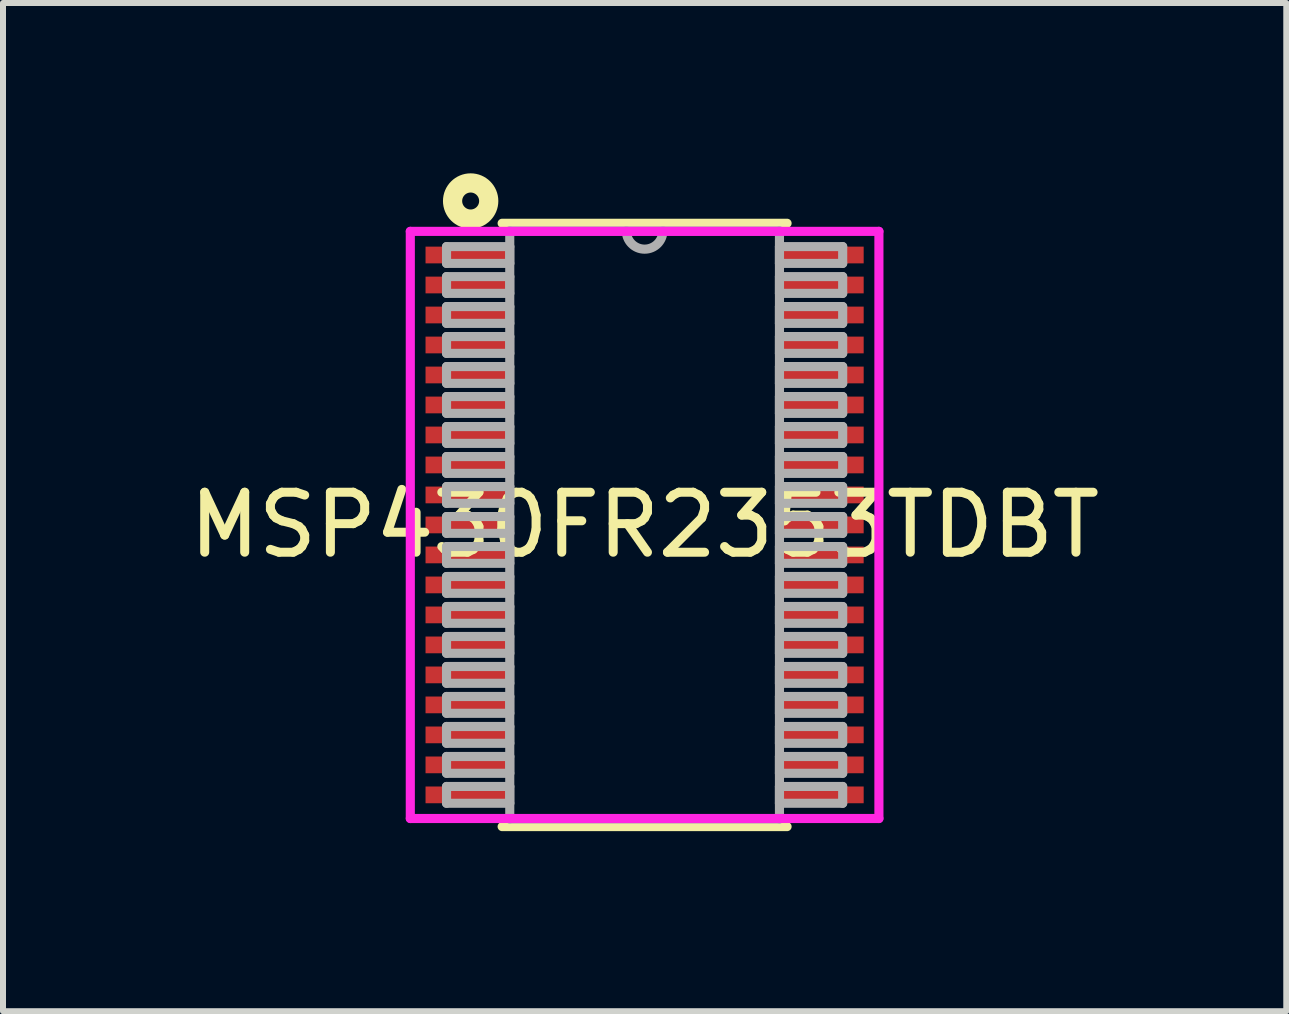
<source format=kicad_pcb>
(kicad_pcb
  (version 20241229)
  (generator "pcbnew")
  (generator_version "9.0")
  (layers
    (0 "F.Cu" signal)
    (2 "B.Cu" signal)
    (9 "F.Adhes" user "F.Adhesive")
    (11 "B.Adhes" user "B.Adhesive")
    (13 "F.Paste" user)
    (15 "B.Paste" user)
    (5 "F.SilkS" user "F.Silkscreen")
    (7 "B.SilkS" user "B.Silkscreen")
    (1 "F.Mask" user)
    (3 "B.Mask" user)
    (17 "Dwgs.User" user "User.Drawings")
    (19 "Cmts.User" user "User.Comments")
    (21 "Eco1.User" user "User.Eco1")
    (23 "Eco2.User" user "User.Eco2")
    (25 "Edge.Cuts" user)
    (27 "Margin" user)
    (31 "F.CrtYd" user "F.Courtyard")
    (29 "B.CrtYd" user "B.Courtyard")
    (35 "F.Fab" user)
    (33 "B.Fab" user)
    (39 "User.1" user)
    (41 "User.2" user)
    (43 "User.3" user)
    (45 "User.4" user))
  (footprint "MSP430FR2353TDBT"
    (layer "F.Cu")
    (at 7.696 5.701)
    (property "Reference" "MSP430FR2353TDBT" (at 0 0 0) (layer "F.SilkS") (effects (font (size 1 1) (thickness 0.15))))
    (attr through_hole)
    (fp_line (start -2.375 5.029) (end 2.375 5.029) (stroke (width 0.152) (type solid)) (layer "F.SilkS"))
    (fp_line (start 2.375 -5.029) (end -2.375 -5.029) (stroke (width 0.152) (type solid)) (layer "F.SilkS"))
    (fp_circle (center -2.9 -5.4) (end -2.8 -5.3) (stroke (width 0.32) (type solid)) (fill no) (layer "F.SilkS"))
    (fp_line (start -3.906 -4.894) (end 3.906 -4.894) (stroke (width 0.152) (type solid)) (layer "F.CrtYd"))
    (fp_line (start -3.906 4.894) (end -3.906 -4.894) (stroke (width 0.152) (type solid)) (layer "F.CrtYd"))
    (fp_line (start 3.906 -4.894) (end 3.906 4.894) (stroke (width 0.152) (type solid)) (layer "F.CrtYd"))
    (fp_line (start 3.906 4.894) (end -3.906 4.894) (stroke (width 0.152) (type solid)) (layer "F.CrtYd"))
    (fp_line (start -3.302 -4.64) (end -3.302 -4.36) (stroke (width 0.152) (type solid)) (layer "F.Fab"))
    (fp_line (start -3.302 -4.36) (end -2.248 -4.36) (stroke (width 0.152) (type solid)) (layer "F.Fab"))
    (fp_line (start -3.302 -4.14) (end -3.302 -3.86) (stroke (width 0.152) (type solid)) (layer "F.Fab"))
    (fp_line (start -3.302 -3.86) (end -2.248 -3.86) (stroke (width 0.152) (type solid)) (layer "F.Fab"))
    (fp_line (start -3.302 -3.64) (end -3.302 -3.36) (stroke (width 0.152) (type solid)) (layer "F.Fab"))
    (fp_line (start -3.302 -3.36) (end -2.248 -3.36) (stroke (width 0.152) (type solid)) (layer "F.Fab"))
    (fp_line (start -3.302 -3.14) (end -3.302 -2.86) (stroke (width 0.152) (type solid)) (layer "F.Fab"))
    (fp_line (start -3.302 -2.86) (end -2.248 -2.86) (stroke (width 0.152) (type solid)) (layer "F.Fab"))
    (fp_line (start -3.302 -2.64) (end -3.302 -2.36) (stroke (width 0.152) (type solid)) (layer "F.Fab"))
    (fp_line (start -3.302 -2.36) (end -2.248 -2.36) (stroke (width 0.152) (type solid)) (layer "F.Fab"))
    (fp_line (start -3.302 -2.14) (end -3.302 -1.86) (stroke (width 0.152) (type solid)) (layer "F.Fab"))
    (fp_line (start -3.302 -1.86) (end -2.248 -1.86) (stroke (width 0.152) (type solid)) (layer "F.Fab"))
    (fp_line (start -3.302 -1.64) (end -3.302 -1.36) (stroke (width 0.152) (type solid)) (layer "F.Fab"))
    (fp_line (start -3.302 -1.36) (end -2.248 -1.36) (stroke (width 0.152) (type solid)) (layer "F.Fab"))
    (fp_line (start -3.302 -1.14) (end -3.302 -0.86) (stroke (width 0.152) (type solid)) (layer "F.Fab"))
    (fp_line (start -3.302 -0.86) (end -2.248 -0.86) (stroke (width 0.152) (type solid)) (layer "F.Fab"))
    (fp_line (start -3.302 -0.64) (end -3.302 -0.36) (stroke (width 0.152) (type solid)) (layer "F.Fab"))
    (fp_line (start -3.302 -0.36) (end -2.248 -0.36) (stroke (width 0.152) (type solid)) (layer "F.Fab"))
    (fp_line (start -3.302 -0.14) (end -3.302 0.14) (stroke (width 0.152) (type solid)) (layer "F.Fab"))
    (fp_line (start -3.302 0.14) (end -2.248 0.14) (stroke (width 0.152) (type solid)) (layer "F.Fab"))
    (fp_line (start -3.302 0.36) (end -3.302 0.64) (stroke (width 0.152) (type solid)) (layer "F.Fab"))
    (fp_line (start -3.302 0.64) (end -2.248 0.64) (stroke (width 0.152) (type solid)) (layer "F.Fab"))
    (fp_line (start -3.302 0.86) (end -3.302 1.14) (stroke (width 0.152) (type solid)) (layer "F.Fab"))
    (fp_line (start -3.302 1.14) (end -2.248 1.14) (stroke (width 0.152) (type solid)) (layer "F.Fab"))
    (fp_line (start -3.302 1.36) (end -3.302 1.64) (stroke (width 0.152) (type solid)) (layer "F.Fab"))
    (fp_line (start -3.302 1.64) (end -2.248 1.64) (stroke (width 0.152) (type solid)) (layer "F.Fab"))
    (fp_line (start -3.302 1.86) (end -3.302 2.14) (stroke (width 0.152) (type solid)) (layer "F.Fab"))
    (fp_line (start -3.302 2.14) (end -2.248 2.14) (stroke (width 0.152) (type solid)) (layer "F.Fab"))
    (fp_line (start -3.302 2.36) (end -3.302 2.64) (stroke (width 0.152) (type solid)) (layer "F.Fab"))
    (fp_line (start -3.302 2.64) (end -2.248 2.64) (stroke (width 0.152) (type solid)) (layer "F.Fab"))
    (fp_line (start -3.302 2.86) (end -3.302 3.14) (stroke (width 0.152) (type solid)) (layer "F.Fab"))
    (fp_line (start -3.302 3.14) (end -2.248 3.14) (stroke (width 0.152) (type solid)) (layer "F.Fab"))
    (fp_line (start -3.302 3.36) (end -3.302 3.64) (stroke (width 0.152) (type solid)) (layer "F.Fab"))
    (fp_line (start -3.302 3.64) (end -2.248 3.64) (stroke (width 0.152) (type solid)) (layer "F.Fab"))
    (fp_line (start -3.302 3.86) (end -3.302 4.14) (stroke (width 0.152) (type solid)) (layer "F.Fab"))
    (fp_line (start -3.302 4.14) (end -2.248 4.14) (stroke (width 0.152) (type solid)) (layer "F.Fab"))
    (fp_line (start -3.302 4.36) (end -3.302 4.64) (stroke (width 0.152) (type solid)) (layer "F.Fab"))
    (fp_line (start -3.302 4.64) (end -2.248 4.64) (stroke (width 0.152) (type solid)) (layer "F.Fab"))
    (fp_line (start -2.248 -4.902) (end -2.248 4.902) (stroke (width 0.152) (type solid)) (layer "F.Fab"))
    (fp_line (start -2.248 -4.64) (end -3.302 -4.64) (stroke (width 0.152) (type solid)) (layer "F.Fab"))
    (fp_line (start -2.248 -4.36) (end -2.248 -4.64) (stroke (width 0.152) (type solid)) (layer "F.Fab"))
    (fp_line (start -2.248 -4.14) (end -3.302 -4.14) (stroke (width 0.152) (type solid)) (layer "F.Fab"))
    (fp_line (start -2.248 -3.86) (end -2.248 -4.14) (stroke (width 0.152) (type solid)) (layer "F.Fab"))
    (fp_line (start -2.248 -3.64) (end -3.302 -3.64) (stroke (width 0.152) (type solid)) (layer "F.Fab"))
    (fp_line (start -2.248 -3.36) (end -2.248 -3.64) (stroke (width 0.152) (type solid)) (layer "F.Fab"))
    (fp_line (start -2.248 -3.14) (end -3.302 -3.14) (stroke (width 0.152) (type solid)) (layer "F.Fab"))
    (fp_line (start -2.248 -2.86) (end -2.248 -3.14) (stroke (width 0.152) (type solid)) (layer "F.Fab"))
    (fp_line (start -2.248 -2.64) (end -3.302 -2.64) (stroke (width 0.152) (type solid)) (layer "F.Fab"))
    (fp_line (start -2.248 -2.36) (end -2.248 -2.64) (stroke (width 0.152) (type solid)) (layer "F.Fab"))
    (fp_line (start -2.248 -2.14) (end -3.302 -2.14) (stroke (width 0.152) (type solid)) (layer "F.Fab"))
    (fp_line (start -2.248 -1.86) (end -2.248 -2.14) (stroke (width 0.152) (type solid)) (layer "F.Fab"))
    (fp_line (start -2.248 -1.64) (end -3.302 -1.64) (stroke (width 0.152) (type solid)) (layer "F.Fab"))
    (fp_line (start -2.248 -1.36) (end -2.248 -1.64) (stroke (width 0.152) (type solid)) (layer "F.Fab"))
    (fp_line (start -2.248 -1.14) (end -3.302 -1.14) (stroke (width 0.152) (type solid)) (layer "F.Fab"))
    (fp_line (start -2.248 -0.86) (end -2.248 -1.14) (stroke (width 0.152) (type solid)) (layer "F.Fab"))
    (fp_line (start -2.248 -0.64) (end -3.302 -0.64) (stroke (width 0.152) (type solid)) (layer "F.Fab"))
    (fp_line (start -2.248 -0.36) (end -2.248 -0.64) (stroke (width 0.152) (type solid)) (layer "F.Fab"))
    (fp_line (start -2.248 -0.14) (end -3.302 -0.14) (stroke (width 0.152) (type solid)) (layer "F.Fab"))
    (fp_line (start -2.248 0.14) (end -2.248 -0.14) (stroke (width 0.152) (type solid)) (layer "F.Fab"))
    (fp_line (start -2.248 0.36) (end -3.302 0.36) (stroke (width 0.152) (type solid)) (layer "F.Fab"))
    (fp_line (start -2.248 0.64) (end -2.248 0.36) (stroke (width 0.152) (type solid)) (layer "F.Fab"))
    (fp_line (start -2.248 0.86) (end -3.302 0.86) (stroke (width 0.152) (type solid)) (layer "F.Fab"))
    (fp_line (start -2.248 1.14) (end -2.248 0.86) (stroke (width 0.152) (type solid)) (layer "F.Fab"))
    (fp_line (start -2.248 1.36) (end -3.302 1.36) (stroke (width 0.152) (type solid)) (layer "F.Fab"))
    (fp_line (start -2.248 1.64) (end -2.248 1.36) (stroke (width 0.152) (type solid)) (layer "F.Fab"))
    (fp_line (start -2.248 1.86) (end -3.302 1.86) (stroke (width 0.152) (type solid)) (layer "F.Fab"))
    (fp_line (start -2.248 2.14) (end -2.248 1.86) (stroke (width 0.152) (type solid)) (layer "F.Fab"))
    (fp_line (start -2.248 2.36) (end -3.302 2.36) (stroke (width 0.152) (type solid)) (layer "F.Fab"))
    (fp_line (start -2.248 2.64) (end -2.248 2.36) (stroke (width 0.152) (type solid)) (layer "F.Fab"))
    (fp_line (start -2.248 2.86) (end -3.302 2.86) (stroke (width 0.152) (type solid)) (layer "F.Fab"))
    (fp_line (start -2.248 3.14) (end -2.248 2.86) (stroke (width 0.152) (type solid)) (layer "F.Fab"))
    (fp_line (start -2.248 3.36) (end -3.302 3.36) (stroke (width 0.152) (type solid)) (layer "F.Fab"))
    (fp_line (start -2.248 3.64) (end -2.248 3.36) (stroke (width 0.152) (type solid)) (layer "F.Fab"))
    (fp_line (start -2.248 3.86) (end -3.302 3.86) (stroke (width 0.152) (type solid)) (layer "F.Fab"))
    (fp_line (start -2.248 4.14) (end -2.248 3.86) (stroke (width 0.152) (type solid)) (layer "F.Fab"))
    (fp_line (start -2.248 4.36) (end -3.302 4.36) (stroke (width 0.152) (type solid)) (layer "F.Fab"))
    (fp_line (start -2.248 4.64) (end -2.248 4.36) (stroke (width 0.152) (type solid)) (layer "F.Fab"))
    (fp_line (start -2.248 4.902) (end 2.248 4.902) (stroke (width 0.152) (type solid)) (layer "F.Fab"))
    (fp_line (start 2.248 -4.902) (end -2.248 -4.902) (stroke (width 0.152) (type solid)) (layer "F.Fab"))
    (fp_line (start 2.248 -4.64) (end 2.248 -4.36) (stroke (width 0.152) (type solid)) (layer "F.Fab"))
    (fp_line (start 2.248 -4.36) (end 3.302 -4.36) (stroke (width 0.152) (type solid)) (layer "F.Fab"))
    (fp_line (start 2.248 -4.14) (end 2.248 -3.86) (stroke (width 0.152) (type solid)) (layer "F.Fab"))
    (fp_line (start 2.248 -3.86) (end 3.302 -3.86) (stroke (width 0.152) (type solid)) (layer "F.Fab"))
    (fp_line (start 2.248 -3.64) (end 2.248 -3.36) (stroke (width 0.152) (type solid)) (layer "F.Fab"))
    (fp_line (start 2.248 -3.36) (end 3.302 -3.36) (stroke (width 0.152) (type solid)) (layer "F.Fab"))
    (fp_line (start 2.248 -3.14) (end 2.248 -2.86) (stroke (width 0.152) (type solid)) (layer "F.Fab"))
    (fp_line (start 2.248 -2.86) (end 3.302 -2.86) (stroke (width 0.152) (type solid)) (layer "F.Fab"))
    (fp_line (start 2.248 -2.64) (end 2.248 -2.36) (stroke (width 0.152) (type solid)) (layer "F.Fab"))
    (fp_line (start 2.248 -2.36) (end 3.302 -2.36) (stroke (width 0.152) (type solid)) (layer "F.Fab"))
    (fp_line (start 2.248 -2.14) (end 2.248 -1.86) (stroke (width 0.152) (type solid)) (layer "F.Fab"))
    (fp_line (start 2.248 -1.86) (end 3.302 -1.86) (stroke (width 0.152) (type solid)) (layer "F.Fab"))
    (fp_line (start 2.248 -1.64) (end 2.248 -1.36) (stroke (width 0.152) (type solid)) (layer "F.Fab"))
    (fp_line (start 2.248 -1.36) (end 3.302 -1.36) (stroke (width 0.152) (type solid)) (layer "F.Fab"))
    (fp_line (start 2.248 -1.14) (end 2.248 -0.86) (stroke (width 0.152) (type solid)) (layer "F.Fab"))
    (fp_line (start 2.248 -0.86) (end 3.302 -0.86) (stroke (width 0.152) (type solid)) (layer "F.Fab"))
    (fp_line (start 2.248 -0.64) (end 2.248 -0.36) (stroke (width 0.152) (type solid)) (layer "F.Fab"))
    (fp_line (start 2.248 -0.36) (end 3.302 -0.36) (stroke (width 0.152) (type solid)) (layer "F.Fab"))
    (fp_line (start 2.248 -0.14) (end 2.248 0.14) (stroke (width 0.152) (type solid)) (layer "F.Fab"))
    (fp_line (start 2.248 0.14) (end 3.302 0.14) (stroke (width 0.152) (type solid)) (layer "F.Fab"))
    (fp_line (start 2.248 0.36) (end 2.248 0.64) (stroke (width 0.152) (type solid)) (layer "F.Fab"))
    (fp_line (start 2.248 0.64) (end 3.302 0.64) (stroke (width 0.152) (type solid)) (layer "F.Fab"))
    (fp_line (start 2.248 0.86) (end 2.248 1.14) (stroke (width 0.152) (type solid)) (layer "F.Fab"))
    (fp_line (start 2.248 1.14) (end 3.302 1.14) (stroke (width 0.152) (type solid)) (layer "F.Fab"))
    (fp_line (start 2.248 1.36) (end 2.248 1.64) (stroke (width 0.152) (type solid)) (layer "F.Fab"))
    (fp_line (start 2.248 1.64) (end 3.302 1.64) (stroke (width 0.152) (type solid)) (layer "F.Fab"))
    (fp_line (start 2.248 1.86) (end 2.248 2.14) (stroke (width 0.152) (type solid)) (layer "F.Fab"))
    (fp_line (start 2.248 2.14) (end 3.302 2.14) (stroke (width 0.152) (type solid)) (layer "F.Fab"))
    (fp_line (start 2.248 2.36) (end 2.248 2.64) (stroke (width 0.152) (type solid)) (layer "F.Fab"))
    (fp_line (start 2.248 2.64) (end 3.302 2.64) (stroke (width 0.152) (type solid)) (layer "F.Fab"))
    (fp_line (start 2.248 2.86) (end 2.248 3.14) (stroke (width 0.152) (type solid)) (layer "F.Fab"))
    (fp_line (start 2.248 3.14) (end 3.302 3.14) (stroke (width 0.152) (type solid)) (layer "F.Fab"))
    (fp_line (start 2.248 3.36) (end 2.248 3.64) (stroke (width 0.152) (type solid)) (layer "F.Fab"))
    (fp_line (start 2.248 3.64) (end 3.302 3.64) (stroke (width 0.152) (type solid)) (layer "F.Fab"))
    (fp_line (start 2.248 3.86) (end 2.248 4.14) (stroke (width 0.152) (type solid)) (layer "F.Fab"))
    (fp_line (start 2.248 4.14) (end 3.302 4.14) (stroke (width 0.152) (type solid)) (layer "F.Fab"))
    (fp_line (start 2.248 4.36) (end 2.248 4.64) (stroke (width 0.152) (type solid)) (layer "F.Fab"))
    (fp_line (start 2.248 4.64) (end 3.302 4.64) (stroke (width 0.152) (type solid)) (layer "F.Fab"))
    (fp_line (start 2.248 4.902) (end 2.248 -4.902) (stroke (width 0.152) (type solid)) (layer "F.Fab"))
    (fp_line (start 3.302 -4.64) (end 2.248 -4.64) (stroke (width 0.152) (type solid)) (layer "F.Fab"))
    (fp_line (start 3.302 -4.36) (end 3.302 -4.64) (stroke (width 0.152) (type solid)) (layer "F.Fab"))
    (fp_line (start 3.302 -4.14) (end 2.248 -4.14) (stroke (width 0.152) (type solid)) (layer "F.Fab"))
    (fp_line (start 3.302 -3.86) (end 3.302 -4.14) (stroke (width 0.152) (type solid)) (layer "F.Fab"))
    (fp_line (start 3.302 -3.64) (end 2.248 -3.64) (stroke (width 0.152) (type solid)) (layer "F.Fab"))
    (fp_line (start 3.302 -3.36) (end 3.302 -3.64) (stroke (width 0.152) (type solid)) (layer "F.Fab"))
    (fp_line (start 3.302 -3.14) (end 2.248 -3.14) (stroke (width 0.152) (type solid)) (layer "F.Fab"))
    (fp_line (start 3.302 -2.86) (end 3.302 -3.14) (stroke (width 0.152) (type solid)) (layer "F.Fab"))
    (fp_line (start 3.302 -2.64) (end 2.248 -2.64) (stroke (width 0.152) (type solid)) (layer "F.Fab"))
    (fp_line (start 3.302 -2.36) (end 3.302 -2.64) (stroke (width 0.152) (type solid)) (layer "F.Fab"))
    (fp_line (start 3.302 -2.14) (end 2.248 -2.14) (stroke (width 0.152) (type solid)) (layer "F.Fab"))
    (fp_line (start 3.302 -1.86) (end 3.302 -2.14) (stroke (width 0.152) (type solid)) (layer "F.Fab"))
    (fp_line (start 3.302 -1.64) (end 2.248 -1.64) (stroke (width 0.152) (type solid)) (layer "F.Fab"))
    (fp_line (start 3.302 -1.36) (end 3.302 -1.64) (stroke (width 0.152) (type solid)) (layer "F.Fab"))
    (fp_line (start 3.302 -1.14) (end 2.248 -1.14) (stroke (width 0.152) (type solid)) (layer "F.Fab"))
    (fp_line (start 3.302 -0.86) (end 3.302 -1.14) (stroke (width 0.152) (type solid)) (layer "F.Fab"))
    (fp_line (start 3.302 -0.64) (end 2.248 -0.64) (stroke (width 0.152) (type solid)) (layer "F.Fab"))
    (fp_line (start 3.302 -0.36) (end 3.302 -0.64) (stroke (width 0.152) (type solid)) (layer "F.Fab"))
    (fp_line (start 3.302 -0.14) (end 2.248 -0.14) (stroke (width 0.152) (type solid)) (layer "F.Fab"))
    (fp_line (start 3.302 0.14) (end 3.302 -0.14) (stroke (width 0.152) (type solid)) (layer "F.Fab"))
    (fp_line (start 3.302 0.36) (end 2.248 0.36) (stroke (width 0.152) (type solid)) (layer "F.Fab"))
    (fp_line (start 3.302 0.64) (end 3.302 0.36) (stroke (width 0.152) (type solid)) (layer "F.Fab"))
    (fp_line (start 3.302 0.86) (end 2.248 0.86) (stroke (width 0.152) (type solid)) (layer "F.Fab"))
    (fp_line (start 3.302 1.14) (end 3.302 0.86) (stroke (width 0.152) (type solid)) (layer "F.Fab"))
    (fp_line (start 3.302 1.36) (end 2.248 1.36) (stroke (width 0.152) (type solid)) (layer "F.Fab"))
    (fp_line (start 3.302 1.64) (end 3.302 1.36) (stroke (width 0.152) (type solid)) (layer "F.Fab"))
    (fp_line (start 3.302 1.86) (end 2.248 1.86) (stroke (width 0.152) (type solid)) (layer "F.Fab"))
    (fp_line (start 3.302 2.14) (end 3.302 1.86) (stroke (width 0.152) (type solid)) (layer "F.Fab"))
    (fp_line (start 3.302 2.36) (end 2.248 2.36) (stroke (width 0.152) (type solid)) (layer "F.Fab"))
    (fp_line (start 3.302 2.64) (end 3.302 2.36) (stroke (width 0.152) (type solid)) (layer "F.Fab"))
    (fp_line (start 3.302 2.86) (end 2.248 2.86) (stroke (width 0.152) (type solid)) (layer "F.Fab"))
    (fp_line (start 3.302 3.14) (end 3.302 2.86) (stroke (width 0.152) (type solid)) (layer "F.Fab"))
    (fp_line (start 3.302 3.36) (end 2.248 3.36) (stroke (width 0.152) (type solid)) (layer "F.Fab"))
    (fp_line (start 3.302 3.64) (end 3.302 3.36) (stroke (width 0.152) (type solid)) (layer "F.Fab"))
    (fp_line (start 3.302 3.86) (end 2.248 3.86) (stroke (width 0.152) (type solid)) (layer "F.Fab"))
    (fp_line (start 3.302 4.14) (end 3.302 3.86) (stroke (width 0.152) (type solid)) (layer "F.Fab"))
    (fp_line (start 3.302 4.36) (end 2.248 4.36) (stroke (width 0.152) (type solid)) (layer "F.Fab"))
    (fp_line (start 3.302 4.64) (end 3.302 4.36) (stroke (width 0.152) (type solid)) (layer "F.Fab"))
    (fp_arc (start 0.3048 -4.9022) (mid 0 -4.5974) (end -0.3048 -4.9022) (stroke (width 0.1524) (type solid)) (layer "F.Fab"))
    (pad "1" smd rect (at -2.95 -4.5) (size 1.404 0.279) (layers "F.Cu" "F.Mask" "F.Paste"))
    (pad "2" smd rect (at -2.95 -4) (size 1.404 0.279) (layers "F.Cu" "F.Mask" "F.Paste"))
    (pad "3" smd rect (at -2.95 -3.5) (size 1.404 0.279) (layers "F.Cu" "F.Mask" "F.Paste"))
    (pad "4" smd rect (at -2.95 -3) (size 1.404 0.279) (layers "F.Cu" "F.Mask" "F.Paste"))
    (pad "5" smd rect (at -2.95 -2.5) (size 1.404 0.279) (layers "F.Cu" "F.Mask" "F.Paste"))
    (pad "6" smd rect (at -2.95 -2) (size 1.404 0.279) (layers "F.Cu" "F.Mask" "F.Paste"))
    (pad "7" smd rect (at -2.95 -1.5) (size 1.404 0.279) (layers "F.Cu" "F.Mask" "F.Paste"))
    (pad "8" smd rect (at -2.95 -1) (size 1.404 0.279) (layers "F.Cu" "F.Mask" "F.Paste"))
    (pad "9" smd rect (at -2.95 -0.5) (size 1.404 0.279) (layers "F.Cu" "F.Mask" "F.Paste"))
    (pad "10" smd rect (at -2.95 0) (size 1.404 0.279) (layers "F.Cu" "F.Mask" "F.Paste"))
    (pad "11" smd rect (at -2.95 0.5) (size 1.404 0.279) (layers "F.Cu" "F.Mask" "F.Paste"))
    (pad "12" smd rect (at -2.95 1) (size 1.404 0.279) (layers "F.Cu" "F.Mask" "F.Paste"))
    (pad "13" smd rect (at -2.95 1.5) (size 1.404 0.279) (layers "F.Cu" "F.Mask" "F.Paste"))
    (pad "14" smd rect (at -2.95 2) (size 1.404 0.279) (layers "F.Cu" "F.Mask" "F.Paste"))
    (pad "15" smd rect (at -2.95 2.5) (size 1.404 0.279) (layers "F.Cu" "F.Mask" "F.Paste"))
    (pad "16" smd rect (at -2.95 3) (size 1.404 0.279) (layers "F.Cu" "F.Mask" "F.Paste"))
    (pad "17" smd rect (at -2.95 3.5) (size 1.404 0.279) (layers "F.Cu" "F.Mask" "F.Paste"))
    (pad "18" smd rect (at -2.95 4) (size 1.404 0.279) (layers "F.Cu" "F.Mask" "F.Paste"))
    (pad "19" smd rect (at -2.95 4.5) (size 1.404 0.279) (layers "F.Cu" "F.Mask" "F.Paste"))
    (pad "20" smd rect (at 2.95 4.5) (size 1.404 0.279) (layers "F.Cu" "F.Mask" "F.Paste"))
    (pad "21" smd rect (at 2.95 4) (size 1.404 0.279) (layers "F.Cu" "F.Mask" "F.Paste"))
    (pad "22" smd rect (at 2.95 3.5) (size 1.404 0.279) (layers "F.Cu" "F.Mask" "F.Paste"))
    (pad "23" smd rect (at 2.95 3) (size 1.404 0.279) (layers "F.Cu" "F.Mask" "F.Paste"))
    (pad "24" smd rect (at 2.95 2.5) (size 1.404 0.279) (layers "F.Cu" "F.Mask" "F.Paste"))
    (pad "25" smd rect (at 2.95 2) (size 1.404 0.279) (layers "F.Cu" "F.Mask" "F.Paste"))
    (pad "26" smd rect (at 2.95 1.5) (size 1.404 0.279) (layers "F.Cu" "F.Mask" "F.Paste"))
    (pad "27" smd rect (at 2.95 1) (size 1.404 0.279) (layers "F.Cu" "F.Mask" "F.Paste"))
    (pad "28" smd rect (at 2.95 0.5) (size 1.404 0.279) (layers "F.Cu" "F.Mask" "F.Paste"))
    (pad "29" smd rect (at 2.95 0) (size 1.404 0.279) (layers "F.Cu" "F.Mask" "F.Paste"))
    (pad "30" smd rect (at 2.95 -0.5) (size 1.404 0.279) (layers "F.Cu" "F.Mask" "F.Paste"))
    (pad "31" smd rect (at 2.95 -1) (size 1.404 0.279) (layers "F.Cu" "F.Mask" "F.Paste"))
    (pad "32" smd rect (at 2.95 -1.5) (size 1.404 0.279) (layers "F.Cu" "F.Mask" "F.Paste"))
    (pad "33" smd rect (at 2.95 -2) (size 1.404 0.279) (layers "F.Cu" "F.Mask" "F.Paste"))
    (pad "34" smd rect (at 2.95 -2.5) (size 1.404 0.279) (layers "F.Cu" "F.Mask" "F.Paste"))
    (pad "35" smd rect (at 2.95 -3) (size 1.404 0.279) (layers "F.Cu" "F.Mask" "F.Paste"))
    (pad "36" smd rect (at 2.95 -3.5) (size 1.404 0.279) (layers "F.Cu" "F.Mask" "F.Paste"))
    (pad "37" smd rect (at 2.95 -4) (size 1.404 0.279) (layers "F.Cu" "F.Mask" "F.Paste"))
    (pad "38" smd rect (at 2.95 -4.5) (size 1.404 0.279) (layers "F.Cu" "F.Mask" "F.Paste")))
  (gr_rect
    (start -3 -3)
    (end 18.393 13.807)
    (stroke (width 0.1) (type default))
    (fill no)
    (layer "Edge.Cuts")))
</source>
